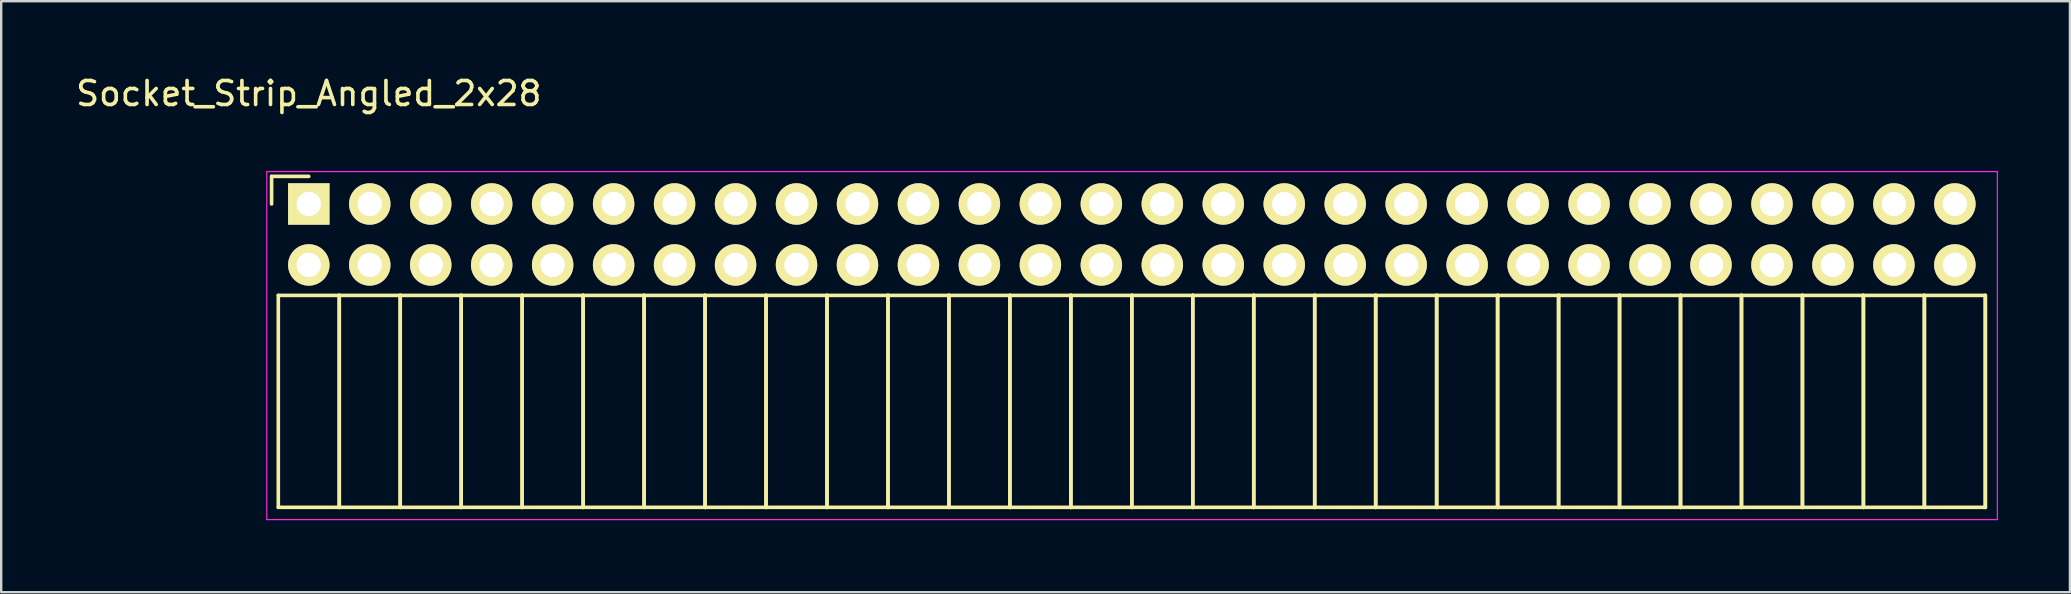
<source format=kicad_pcb>
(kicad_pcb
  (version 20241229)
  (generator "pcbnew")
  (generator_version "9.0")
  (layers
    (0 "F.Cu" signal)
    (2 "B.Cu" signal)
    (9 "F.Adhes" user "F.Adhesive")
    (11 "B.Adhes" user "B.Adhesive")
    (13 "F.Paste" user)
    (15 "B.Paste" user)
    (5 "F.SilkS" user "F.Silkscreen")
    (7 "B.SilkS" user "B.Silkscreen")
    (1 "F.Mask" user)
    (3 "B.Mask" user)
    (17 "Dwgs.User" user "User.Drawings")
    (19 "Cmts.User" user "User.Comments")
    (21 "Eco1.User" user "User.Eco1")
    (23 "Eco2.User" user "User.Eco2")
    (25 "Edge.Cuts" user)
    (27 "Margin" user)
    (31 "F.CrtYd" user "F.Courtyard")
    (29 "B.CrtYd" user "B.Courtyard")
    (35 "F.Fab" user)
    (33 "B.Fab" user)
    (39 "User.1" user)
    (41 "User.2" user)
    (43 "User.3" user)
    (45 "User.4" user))
  (footprint "Socket_Strip_Angled_2x28"
    (layer "F.Cu")
    (at 9.815 5.448)
    (property "Reference" "Socket_Strip_Angled_2x28" (at 0 -4.6 0) (layer "F.SilkS") (effects (font (size 1 1) (thickness 0.15))))
    (attr through_hole)
    (fp_line (start -1.55 -1.15) (end -1.55 0) (stroke (width 0.15) (type solid)) (layer "F.SilkS"))
    (fp_line (start -1.27 3.81) (end -1.27 12.64) (stroke (width 0.15) (type solid)) (layer "F.SilkS"))
    (fp_line (start -1.27 3.81) (end 1.27 3.81) (stroke (width 0.15) (type solid)) (layer "F.SilkS"))
    (fp_line (start -1.27 12.64) (end 1.27 12.64) (stroke (width 0.15) (type solid)) (layer "F.SilkS"))
    (fp_line (start 0 -1.15) (end -1.55 -1.15) (stroke (width 0.15) (type solid)) (layer "F.SilkS"))
    (fp_line (start 1.27 3.81) (end 1.27 12.64) (stroke (width 0.15) (type solid)) (layer "F.SilkS"))
    (fp_line (start 1.27 3.81) (end 3.81 3.81) (stroke (width 0.15) (type solid)) (layer "F.SilkS"))
    (fp_line (start 1.27 12.64) (end 1.27 3.81) (stroke (width 0.15) (type solid)) (layer "F.SilkS"))
    (fp_line (start 1.27 12.64) (end 3.81 12.64) (stroke (width 0.15) (type solid)) (layer "F.SilkS"))
    (fp_line (start 3.81 3.81) (end 3.81 12.64) (stroke (width 0.15) (type solid)) (layer "F.SilkS"))
    (fp_line (start 3.81 3.81) (end 6.35 3.81) (stroke (width 0.15) (type solid)) (layer "F.SilkS"))
    (fp_line (start 3.81 12.64) (end 3.81 3.81) (stroke (width 0.15) (type solid)) (layer "F.SilkS"))
    (fp_line (start 3.81 12.64) (end 6.35 12.64) (stroke (width 0.15) (type solid)) (layer "F.SilkS"))
    (fp_line (start 6.35 3.81) (end 6.35 12.64) (stroke (width 0.15) (type solid)) (layer "F.SilkS"))
    (fp_line (start 6.35 3.81) (end 8.89 3.81) (stroke (width 0.15) (type solid)) (layer "F.SilkS"))
    (fp_line (start 6.35 12.64) (end 6.35 3.81) (stroke (width 0.15) (type solid)) (layer "F.SilkS"))
    (fp_line (start 6.35 12.64) (end 8.89 12.64) (stroke (width 0.15) (type solid)) (layer "F.SilkS"))
    (fp_line (start 8.89 3.81) (end 8.89 12.64) (stroke (width 0.15) (type solid)) (layer "F.SilkS"))
    (fp_line (start 8.89 3.81) (end 11.43 3.81) (stroke (width 0.15) (type solid)) (layer "F.SilkS"))
    (fp_line (start 8.89 12.64) (end 8.89 3.81) (stroke (width 0.15) (type solid)) (layer "F.SilkS"))
    (fp_line (start 8.89 12.64) (end 11.43 12.64) (stroke (width 0.15) (type solid)) (layer "F.SilkS"))
    (fp_line (start 11.43 3.81) (end 11.43 12.64) (stroke (width 0.15) (type solid)) (layer "F.SilkS"))
    (fp_line (start 11.43 3.81) (end 13.97 3.81) (stroke (width 0.15) (type solid)) (layer "F.SilkS"))
    (fp_line (start 11.43 12.64) (end 11.43 3.81) (stroke (width 0.15) (type solid)) (layer "F.SilkS"))
    (fp_line (start 11.43 12.64) (end 13.97 12.64) (stroke (width 0.15) (type solid)) (layer "F.SilkS"))
    (fp_line (start 13.97 3.81) (end 13.97 12.64) (stroke (width 0.15) (type solid)) (layer "F.SilkS"))
    (fp_line (start 13.97 3.81) (end 16.51 3.81) (stroke (width 0.15) (type solid)) (layer "F.SilkS"))
    (fp_line (start 13.97 12.64) (end 13.97 3.81) (stroke (width 0.15) (type solid)) (layer "F.SilkS"))
    (fp_line (start 13.97 12.64) (end 16.51 12.64) (stroke (width 0.15) (type solid)) (layer "F.SilkS"))
    (fp_line (start 16.51 3.81) (end 16.51 12.64) (stroke (width 0.15) (type solid)) (layer "F.SilkS"))
    (fp_line (start 16.51 3.81) (end 19.05 3.81) (stroke (width 0.15) (type solid)) (layer "F.SilkS"))
    (fp_line (start 16.51 12.64) (end 16.51 3.81) (stroke (width 0.15) (type solid)) (layer "F.SilkS"))
    (fp_line (start 16.51 12.64) (end 19.05 12.64) (stroke (width 0.15) (type solid)) (layer "F.SilkS"))
    (fp_line (start 19.05 3.81) (end 19.05 12.64) (stroke (width 0.15) (type solid)) (layer "F.SilkS"))
    (fp_line (start 19.05 3.81) (end 21.59 3.81) (stroke (width 0.15) (type solid)) (layer "F.SilkS"))
    (fp_line (start 19.05 12.64) (end 19.05 3.81) (stroke (width 0.15) (type solid)) (layer "F.SilkS"))
    (fp_line (start 19.05 12.64) (end 21.59 12.64) (stroke (width 0.15) (type solid)) (layer "F.SilkS"))
    (fp_line (start 21.59 3.81) (end 21.59 12.64) (stroke (width 0.15) (type solid)) (layer "F.SilkS"))
    (fp_line (start 21.59 3.81) (end 24.13 3.81) (stroke (width 0.15) (type solid)) (layer "F.SilkS"))
    (fp_line (start 21.59 12.64) (end 21.59 3.81) (stroke (width 0.15) (type solid)) (layer "F.SilkS"))
    (fp_line (start 21.59 12.64) (end 24.13 12.64) (stroke (width 0.15) (type solid)) (layer "F.SilkS"))
    (fp_line (start 24.13 3.81) (end 24.13 12.64) (stroke (width 0.15) (type solid)) (layer "F.SilkS"))
    (fp_line (start 24.13 3.81) (end 26.67 3.81) (stroke (width 0.15) (type solid)) (layer "F.SilkS"))
    (fp_line (start 24.13 12.64) (end 24.13 3.81) (stroke (width 0.15) (type solid)) (layer "F.SilkS"))
    (fp_line (start 24.13 12.64) (end 26.67 12.64) (stroke (width 0.15) (type solid)) (layer "F.SilkS"))
    (fp_line (start 26.67 3.81) (end 26.67 12.64) (stroke (width 0.15) (type solid)) (layer "F.SilkS"))
    (fp_line (start 26.67 3.81) (end 29.21 3.81) (stroke (width 0.15) (type solid)) (layer "F.SilkS"))
    (fp_line (start 26.67 12.64) (end 26.67 3.81) (stroke (width 0.15) (type solid)) (layer "F.SilkS"))
    (fp_line (start 26.67 12.64) (end 29.21 12.64) (stroke (width 0.15) (type solid)) (layer "F.SilkS"))
    (fp_line (start 29.21 3.81) (end 29.21 12.64) (stroke (width 0.15) (type solid)) (layer "F.SilkS"))
    (fp_line (start 29.21 3.81) (end 31.75 3.81) (stroke (width 0.15) (type solid)) (layer "F.SilkS"))
    (fp_line (start 29.21 12.64) (end 29.21 3.81) (stroke (width 0.15) (type solid)) (layer "F.SilkS"))
    (fp_line (start 29.21 12.64) (end 31.75 12.64) (stroke (width 0.15) (type solid)) (layer "F.SilkS"))
    (fp_line (start 31.75 3.81) (end 31.75 12.64) (stroke (width 0.15) (type solid)) (layer "F.SilkS"))
    (fp_line (start 31.75 3.81) (end 34.29 3.81) (stroke (width 0.15) (type solid)) (layer "F.SilkS"))
    (fp_line (start 31.75 12.64) (end 31.75 3.81) (stroke (width 0.15) (type solid)) (layer "F.SilkS"))
    (fp_line (start 31.75 12.64) (end 34.29 12.64) (stroke (width 0.15) (type solid)) (layer "F.SilkS"))
    (fp_line (start 34.29 3.81) (end 34.29 12.64) (stroke (width 0.15) (type solid)) (layer "F.SilkS"))
    (fp_line (start 34.29 3.81) (end 36.83 3.81) (stroke (width 0.15) (type solid)) (layer "F.SilkS"))
    (fp_line (start 34.29 12.64) (end 34.29 3.81) (stroke (width 0.15) (type solid)) (layer "F.SilkS"))
    (fp_line (start 34.29 12.64) (end 36.83 12.64) (stroke (width 0.15) (type solid)) (layer "F.SilkS"))
    (fp_line (start 36.83 3.81) (end 36.83 12.64) (stroke (width 0.15) (type solid)) (layer "F.SilkS"))
    (fp_line (start 36.83 3.81) (end 39.37 3.81) (stroke (width 0.15) (type solid)) (layer "F.SilkS"))
    (fp_line (start 36.83 12.64) (end 36.83 3.81) (stroke (width 0.15) (type solid)) (layer "F.SilkS"))
    (fp_line (start 36.83 12.64) (end 39.37 12.64) (stroke (width 0.15) (type solid)) (layer "F.SilkS"))
    (fp_line (start 39.37 3.81) (end 39.37 12.64) (stroke (width 0.15) (type solid)) (layer "F.SilkS"))
    (fp_line (start 39.37 3.81) (end 41.91 3.81) (stroke (width 0.15) (type solid)) (layer "F.SilkS"))
    (fp_line (start 39.37 12.64) (end 39.37 3.81) (stroke (width 0.15) (type solid)) (layer "F.SilkS"))
    (fp_line (start 39.37 12.64) (end 41.91 12.64) (stroke (width 0.15) (type solid)) (layer "F.SilkS"))
    (fp_line (start 41.91 3.81) (end 41.91 12.64) (stroke (width 0.15) (type solid)) (layer "F.SilkS"))
    (fp_line (start 41.91 3.81) (end 44.45 3.81) (stroke (width 0.15) (type solid)) (layer "F.SilkS"))
    (fp_line (start 41.91 12.64) (end 41.91 3.81) (stroke (width 0.15) (type solid)) (layer "F.SilkS"))
    (fp_line (start 41.91 12.64) (end 44.45 12.64) (stroke (width 0.15) (type solid)) (layer "F.SilkS"))
    (fp_line (start 44.45 3.81) (end 44.45 12.64) (stroke (width 0.15) (type solid)) (layer "F.SilkS"))
    (fp_line (start 44.45 3.81) (end 46.99 3.81) (stroke (width 0.15) (type solid)) (layer "F.SilkS"))
    (fp_line (start 44.45 12.64) (end 44.45 3.81) (stroke (width 0.15) (type solid)) (layer "F.SilkS"))
    (fp_line (start 44.45 12.64) (end 46.99 12.64) (stroke (width 0.15) (type solid)) (layer "F.SilkS"))
    (fp_line (start 46.99 3.81) (end 46.99 12.64) (stroke (width 0.15) (type solid)) (layer "F.SilkS"))
    (fp_line (start 46.99 3.81) (end 49.53 3.81) (stroke (width 0.15) (type solid)) (layer "F.SilkS"))
    (fp_line (start 46.99 12.64) (end 46.99 3.81) (stroke (width 0.15) (type solid)) (layer "F.SilkS"))
    (fp_line (start 46.99 12.64) (end 49.53 12.64) (stroke (width 0.15) (type solid)) (layer "F.SilkS"))
    (fp_line (start 49.53 3.81) (end 49.53 12.64) (stroke (width 0.15) (type solid)) (layer "F.SilkS"))
    (fp_line (start 49.53 3.81) (end 52.07 3.81) (stroke (width 0.15) (type solid)) (layer "F.SilkS"))
    (fp_line (start 49.53 12.64) (end 49.53 3.81) (stroke (width 0.15) (type solid)) (layer "F.SilkS"))
    (fp_line (start 49.53 12.64) (end 52.07 12.64) (stroke (width 0.15) (type solid)) (layer "F.SilkS"))
    (fp_line (start 52.07 3.81) (end 52.07 12.64) (stroke (width 0.15) (type solid)) (layer "F.SilkS"))
    (fp_line (start 52.07 3.81) (end 54.61 3.81) (stroke (width 0.15) (type solid)) (layer "F.SilkS"))
    (fp_line (start 52.07 12.64) (end 52.07 3.81) (stroke (width 0.15) (type solid)) (layer "F.SilkS"))
    (fp_line (start 52.07 12.64) (end 54.61 12.64) (stroke (width 0.15) (type solid)) (layer "F.SilkS"))
    (fp_line (start 54.61 3.81) (end 54.61 12.64) (stroke (width 0.15) (type solid)) (layer "F.SilkS"))
    (fp_line (start 54.61 3.81) (end 57.15 3.81) (stroke (width 0.15) (type solid)) (layer "F.SilkS"))
    (fp_line (start 54.61 12.64) (end 54.61 3.81) (stroke (width 0.15) (type solid)) (layer "F.SilkS"))
    (fp_line (start 54.61 12.64) (end 57.15 12.64) (stroke (width 0.15) (type solid)) (layer "F.SilkS"))
    (fp_line (start 57.15 3.81) (end 57.15 12.64) (stroke (width 0.15) (type solid)) (layer "F.SilkS"))
    (fp_line (start 57.15 3.81) (end 59.69 3.81) (stroke (width 0.15) (type solid)) (layer "F.SilkS"))
    (fp_line (start 57.15 12.64) (end 57.15 3.81) (stroke (width 0.15) (type solid)) (layer "F.SilkS"))
    (fp_line (start 57.15 12.64) (end 59.69 12.64) (stroke (width 0.15) (type solid)) (layer "F.SilkS"))
    (fp_line (start 59.69 3.81) (end 59.69 12.64) (stroke (width 0.15) (type solid)) (layer "F.SilkS"))
    (fp_line (start 59.69 3.81) (end 62.23 3.81) (stroke (width 0.15) (type solid)) (layer "F.SilkS"))
    (fp_line (start 59.69 12.64) (end 59.69 3.81) (stroke (width 0.15) (type solid)) (layer "F.SilkS"))
    (fp_line (start 59.69 12.64) (end 62.23 12.64) (stroke (width 0.15) (type solid)) (layer "F.SilkS"))
    (fp_line (start 62.23 3.81) (end 62.23 12.64) (stroke (width 0.15) (type solid)) (layer "F.SilkS"))
    (fp_line (start 62.23 3.81) (end 64.77 3.81) (stroke (width 0.15) (type solid)) (layer "F.SilkS"))
    (fp_line (start 62.23 12.64) (end 62.23 3.81) (stroke (width 0.15) (type solid)) (layer "F.SilkS"))
    (fp_line (start 62.23 12.64) (end 64.77 12.64) (stroke (width 0.15) (type solid)) (layer "F.SilkS"))
    (fp_line (start 64.77 3.81) (end 64.77 12.64) (stroke (width 0.15) (type solid)) (layer "F.SilkS"))
    (fp_line (start 64.77 3.81) (end 67.31 3.81) (stroke (width 0.15) (type solid)) (layer "F.SilkS"))
    (fp_line (start 64.77 12.64) (end 64.77 3.81) (stroke (width 0.15) (type solid)) (layer "F.SilkS"))
    (fp_line (start 64.77 12.64) (end 67.31 12.64) (stroke (width 0.15) (type solid)) (layer "F.SilkS"))
    (fp_line (start 67.31 3.81) (end 67.31 12.64) (stroke (width 0.15) (type solid)) (layer "F.SilkS"))
    (fp_line (start 67.31 3.81) (end 69.85 3.81) (stroke (width 0.15) (type solid)) (layer "F.SilkS"))
    (fp_line (start 67.31 12.64) (end 67.31 3.81) (stroke (width 0.15) (type solid)) (layer "F.SilkS"))
    (fp_line (start 67.31 12.64) (end 69.85 12.64) (stroke (width 0.15) (type solid)) (layer "F.SilkS"))
    (fp_line (start 69.85 3.81) (end 69.85 12.64) (stroke (width 0.15) (type solid)) (layer "F.SilkS"))
    (fp_line (start 69.85 12.64) (end 69.85 3.81) (stroke (width 0.15) (type solid)) (layer "F.SilkS"))
    (fp_line (start -1.75 -1.35) (end -1.75 13.15) (stroke (width 0.05) (type solid)) (layer "F.CrtYd"))
    (fp_line (start -1.75 -1.35) (end 70.35 -1.35) (stroke (width 0.05) (type solid)) (layer "F.CrtYd"))
    (fp_line (start -1.75 13.15) (end 70.35 13.15) (stroke (width 0.05) (type solid)) (layer "F.CrtYd"))
    (fp_line (start 70.35 -1.35) (end 70.35 13.15) (stroke (width 0.05) (type solid)) (layer "F.CrtYd"))
    (pad "1" thru_hole rect (at 0 0) (size 1.727 1.727) (drill 1.016) (layers "*.Cu" "*.Mask" "F.SilkS"))
    (pad "2" thru_hole oval (at 0 2.54) (size 1.727 1.727) (drill 1.016) (layers "*.Cu" "*.Mask" "F.SilkS"))
    (pad "3" thru_hole oval (at 2.54 0) (size 1.727 1.727) (drill 1.016) (layers "*.Cu" "*.Mask" "F.SilkS"))
    (pad "4" thru_hole oval (at 2.54 2.54) (size 1.727 1.727) (drill 1.016) (layers "*.Cu" "*.Mask" "F.SilkS"))
    (pad "5" thru_hole oval (at 5.08 0) (size 1.727 1.727) (drill 1.016) (layers "*.Cu" "*.Mask" "F.SilkS"))
    (pad "6" thru_hole oval (at 5.08 2.54) (size 1.727 1.727) (drill 1.016) (layers "*.Cu" "*.Mask" "F.SilkS"))
    (pad "7" thru_hole oval (at 7.62 0) (size 1.727 1.727) (drill 1.016) (layers "*.Cu" "*.Mask" "F.SilkS"))
    (pad "8" thru_hole oval (at 7.62 2.54) (size 1.727 1.727) (drill 1.016) (layers "*.Cu" "*.Mask" "F.SilkS"))
    (pad "9" thru_hole oval (at 10.16 0) (size 1.727 1.727) (drill 1.016) (layers "*.Cu" "*.Mask" "F.SilkS"))
    (pad "10" thru_hole oval (at 10.16 2.54) (size 1.727 1.727) (drill 1.016) (layers "*.Cu" "*.Mask" "F.SilkS"))
    (pad "11" thru_hole oval (at 12.7 0) (size 1.727 1.727) (drill 1.016) (layers "*.Cu" "*.Mask" "F.SilkS"))
    (pad "12" thru_hole oval (at 12.7 2.54) (size 1.727 1.727) (drill 1.016) (layers "*.Cu" "*.Mask" "F.SilkS"))
    (pad "13" thru_hole oval (at 15.24 0) (size 1.727 1.727) (drill 1.016) (layers "*.Cu" "*.Mask" "F.SilkS"))
    (pad "14" thru_hole oval (at 15.24 2.54) (size 1.727 1.727) (drill 1.016) (layers "*.Cu" "*.Mask" "F.SilkS"))
    (pad "15" thru_hole oval (at 17.78 0) (size 1.727 1.727) (drill 1.016) (layers "*.Cu" "*.Mask" "F.SilkS"))
    (pad "16" thru_hole oval (at 17.78 2.54) (size 1.727 1.727) (drill 1.016) (layers "*.Cu" "*.Mask" "F.SilkS"))
    (pad "17" thru_hole oval (at 20.32 0) (size 1.727 1.727) (drill 1.016) (layers "*.Cu" "*.Mask" "F.SilkS"))
    (pad "18" thru_hole oval (at 20.32 2.54) (size 1.727 1.727) (drill 1.016) (layers "*.Cu" "*.Mask" "F.SilkS"))
    (pad "19" thru_hole oval (at 22.86 0) (size 1.727 1.727) (drill 1.016) (layers "*.Cu" "*.Mask" "F.SilkS"))
    (pad "20" thru_hole oval (at 22.86 2.54) (size 1.727 1.727) (drill 1.016) (layers "*.Cu" "*.Mask" "F.SilkS"))
    (pad "21" thru_hole oval (at 25.4 0) (size 1.727 1.727) (drill 1.016) (layers "*.Cu" "*.Mask" "F.SilkS"))
    (pad "22" thru_hole oval (at 25.4 2.54) (size 1.727 1.727) (drill 1.016) (layers "*.Cu" "*.Mask" "F.SilkS"))
    (pad "23" thru_hole oval (at 27.94 0) (size 1.727 1.727) (drill 1.016) (layers "*.Cu" "*.Mask" "F.SilkS"))
    (pad "24" thru_hole oval (at 27.94 2.54) (size 1.727 1.727) (drill 1.016) (layers "*.Cu" "*.Mask" "F.SilkS"))
    (pad "25" thru_hole oval (at 30.48 0) (size 1.727 1.727) (drill 1.016) (layers "*.Cu" "*.Mask" "F.SilkS"))
    (pad "26" thru_hole oval (at 30.48 2.54) (size 1.727 1.727) (drill 1.016) (layers "*.Cu" "*.Mask" "F.SilkS"))
    (pad "27" thru_hole oval (at 33.02 0) (size 1.727 1.727) (drill 1.016) (layers "*.Cu" "*.Mask" "F.SilkS"))
    (pad "28" thru_hole oval (at 33.02 2.54) (size 1.727 1.727) (drill 1.016) (layers "*.Cu" "*.Mask" "F.SilkS"))
    (pad "29" thru_hole oval (at 35.56 0) (size 1.727 1.727) (drill 1.016) (layers "*.Cu" "*.Mask" "F.SilkS"))
    (pad "30" thru_hole oval (at 35.56 2.54) (size 1.727 1.727) (drill 1.016) (layers "*.Cu" "*.Mask" "F.SilkS"))
    (pad "31" thru_hole oval (at 38.1 0) (size 1.727 1.727) (drill 1.016) (layers "*.Cu" "*.Mask" "F.SilkS"))
    (pad "32" thru_hole oval (at 38.1 2.54) (size 1.727 1.727) (drill 1.016) (layers "*.Cu" "*.Mask" "F.SilkS"))
    (pad "33" thru_hole oval (at 40.64 0) (size 1.727 1.727) (drill 1.016) (layers "*.Cu" "*.Mask" "F.SilkS"))
    (pad "34" thru_hole oval (at 40.64 2.54) (size 1.727 1.727) (drill 1.016) (layers "*.Cu" "*.Mask" "F.SilkS"))
    (pad "35" thru_hole oval (at 43.18 0) (size 1.727 1.727) (drill 1.016) (layers "*.Cu" "*.Mask" "F.SilkS"))
    (pad "36" thru_hole oval (at 43.18 2.54) (size 1.727 1.727) (drill 1.016) (layers "*.Cu" "*.Mask" "F.SilkS"))
    (pad "37" thru_hole oval (at 45.72 0) (size 1.727 1.727) (drill 1.016) (layers "*.Cu" "*.Mask" "F.SilkS"))
    (pad "38" thru_hole oval (at 45.72 2.54) (size 1.727 1.727) (drill 1.016) (layers "*.Cu" "*.Mask" "F.SilkS"))
    (pad "39" thru_hole oval (at 48.26 0) (size 1.727 1.727) (drill 1.016) (layers "*.Cu" "*.Mask" "F.SilkS"))
    (pad "40" thru_hole oval (at 48.26 2.54) (size 1.727 1.727) (drill 1.016) (layers "*.Cu" "*.Mask" "F.SilkS"))
    (pad "41" thru_hole oval (at 50.8 0) (size 1.727 1.727) (drill 1.016) (layers "*.Cu" "*.Mask" "F.SilkS"))
    (pad "42" thru_hole oval (at 50.8 2.54) (size 1.727 1.727) (drill 1.016) (layers "*.Cu" "*.Mask" "F.SilkS"))
    (pad "43" thru_hole oval (at 53.34 0) (size 1.727 1.727) (drill 1.016) (layers "*.Cu" "*.Mask" "F.SilkS"))
    (pad "44" thru_hole oval (at 53.34 2.54) (size 1.727 1.727) (drill 1.016) (layers "*.Cu" "*.Mask" "F.SilkS"))
    (pad "45" thru_hole oval (at 55.88 0) (size 1.727 1.727) (drill 1.016) (layers "*.Cu" "*.Mask" "F.SilkS"))
    (pad "46" thru_hole oval (at 55.88 2.54) (size 1.727 1.727) (drill 1.016) (layers "*.Cu" "*.Mask" "F.SilkS"))
    (pad "47" thru_hole oval (at 58.42 0) (size 1.727 1.727) (drill 1.016) (layers "*.Cu" "*.Mask" "F.SilkS"))
    (pad "48" thru_hole oval (at 58.42 2.54) (size 1.727 1.727) (drill 1.016) (layers "*.Cu" "*.Mask" "F.SilkS"))
    (pad "49" thru_hole oval (at 60.96 0) (size 1.727 1.727) (drill 1.016) (layers "*.Cu" "*.Mask" "F.SilkS"))
    (pad "50" thru_hole oval (at 60.96 2.54) (size 1.727 1.727) (drill 1.016) (layers "*.Cu" "*.Mask" "F.SilkS"))
    (pad "51" thru_hole oval (at 63.5 0) (size 1.727 1.727) (drill 1.016) (layers "*.Cu" "*.Mask" "F.SilkS"))
    (pad "52" thru_hole oval (at 63.5 2.54) (size 1.727 1.727) (drill 1.016) (layers "*.Cu" "*.Mask" "F.SilkS"))
    (pad "53" thru_hole oval (at 66.04 0) (size 1.727 1.727) (drill 1.016) (layers "*.Cu" "*.Mask" "F.SilkS"))
    (pad "54" thru_hole oval (at 66.04 2.54) (size 1.727 1.727) (drill 1.016) (layers "*.Cu" "*.Mask" "F.SilkS"))
    (pad "55" thru_hole oval (at 68.58 0) (size 1.727 1.727) (drill 1.016) (layers "*.Cu" "*.Mask" "F.SilkS"))
    (pad "56" thru_hole oval (at 68.58 2.54) (size 1.727 1.727) (drill 1.016) (layers "*.Cu" "*.Mask" "F.SilkS")))
  (gr_rect
    (start -3 -3)
    (end 83.19 21.623)
    (stroke (width 0.1) (type default))
    (fill no)
    (layer "Edge.Cuts")))
</source>
